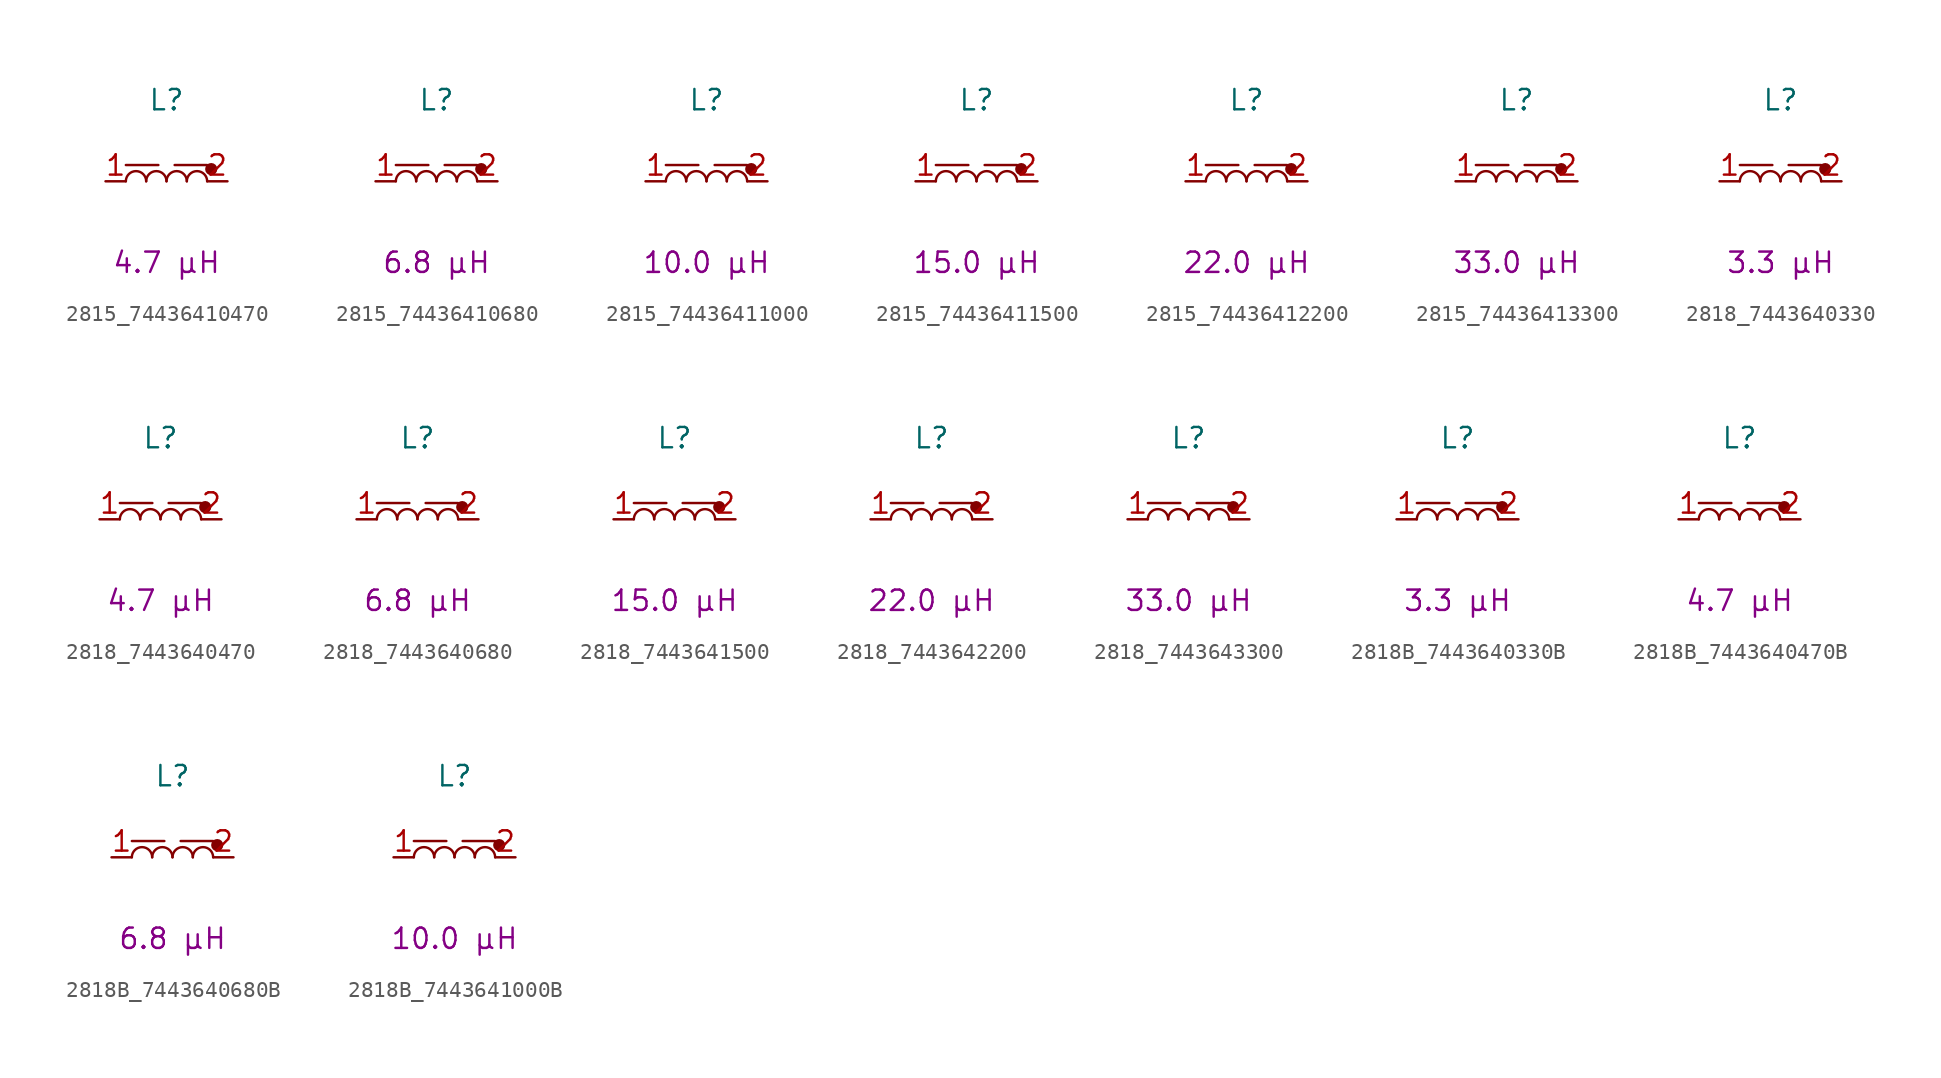
<source format=kicad_sym>
(kicad_symbol_lib
  (version 20220914)
  (generator kicad_symbol_editor)
  (symbol "2815_74436410470"
    (pin_names hide)
    (property "Reference" "L"
      (at 0 5.08 0)
      (effects (font (size 1.27 1.27))))
    (property "Critical Parameter" "4.7 µH"
      (at 0 -5.08 0)
      (effects (font (size 1.27 1.27))))
    (symbol "2815_74436410470_0_1"
      (arc (start -1.27 0) (mid -1.905 0.6323) (end -2.54 0) (stroke (width 0) (type default)) (fill (type none)))
      (arc (start 0 0) (mid -0.635 0.6323) (end -1.27 0) (stroke (width 0) (type default)) (fill (type none)))
      (polyline (pts (xy -2.54 1.016) (xy -0.508 1.016)) (stroke (width 0) (type default)) (fill (type none)))
      (arc (start 1.27 0) (mid 0.635 0.6323) (end 0 0) (stroke (width 0) (type default)) (fill (type none)))
      (arc (start 2.54 0) (mid 1.905 0.6323) (end 1.27 0) (stroke (width 0) (type default)) (fill (type none))))
    (symbol "2815_74436410470_1_1"
      (polyline (pts (xy 2.54 1.016) (xy 0.508 1.016)) (stroke (width 0) (type default)) (fill (type none)))
      (circle (center 2.794 0.762) (radius 0.0001) (stroke (width 0.381) (type default)) (fill (type none)))
      (pin passive line (at -3.81 0 0) (length 1.27) (name "1" (effects (font (size 1.27 1.27)))) (number "1" (effects (font (size 1.27 1.27)))))
      (pin passive line (at 3.81 0 180) (length 1.27) (name "2" (effects (font (size 1.27 1.27)))) (number "2" (effects (font (size 1.27 1.27)))))))
  (symbol "2815_74436410680"
    (pin_names hide)
    (property "Reference" "L"
      (at 0 5.08 0)
      (effects (font (size 1.27 1.27))))
    (property "Critical Parameter" "6.8 µH"
      (at 0 -5.08 0)
      (effects (font (size 1.27 1.27))))
    (symbol "2815_74436410680_0_1"
      (arc (start -1.27 0) (mid -1.905 0.6323) (end -2.54 0) (stroke (width 0) (type default)) (fill (type none)))
      (arc (start 0 0) (mid -0.635 0.6323) (end -1.27 0) (stroke (width 0) (type default)) (fill (type none)))
      (polyline (pts (xy -2.54 1.016) (xy -0.508 1.016)) (stroke (width 0) (type default)) (fill (type none)))
      (arc (start 1.27 0) (mid 0.635 0.6323) (end 0 0) (stroke (width 0) (type default)) (fill (type none)))
      (arc (start 2.54 0) (mid 1.905 0.6323) (end 1.27 0) (stroke (width 0) (type default)) (fill (type none))))
    (symbol "2815_74436410680_1_1"
      (polyline (pts (xy 2.54 1.016) (xy 0.508 1.016)) (stroke (width 0) (type default)) (fill (type none)))
      (circle (center 2.794 0.762) (radius 0.0001) (stroke (width 0.381) (type default)) (fill (type none)))
      (pin passive line (at -3.81 0 0) (length 1.27) (name "1" (effects (font (size 1.27 1.27)))) (number "1" (effects (font (size 1.27 1.27)))))
      (pin passive line (at 3.81 0 180) (length 1.27) (name "2" (effects (font (size 1.27 1.27)))) (number "2" (effects (font (size 1.27 1.27)))))))
  (symbol "2815_74436411000"
    (pin_names hide)
    (property "Reference" "L"
      (at 0 5.08 0)
      (effects (font (size 1.27 1.27))))
    (property "Critical Parameter" "10.0 µH"
      (at 0 -5.08 0)
      (effects (font (size 1.27 1.27))))
    (symbol "2815_74436411000_0_1"
      (arc (start -1.27 0) (mid -1.905 0.6323) (end -2.54 0) (stroke (width 0) (type default)) (fill (type none)))
      (arc (start 0 0) (mid -0.635 0.6323) (end -1.27 0) (stroke (width 0) (type default)) (fill (type none)))
      (polyline (pts (xy -2.54 1.016) (xy -0.508 1.016)) (stroke (width 0) (type default)) (fill (type none)))
      (arc (start 1.27 0) (mid 0.635 0.6323) (end 0 0) (stroke (width 0) (type default)) (fill (type none)))
      (arc (start 2.54 0) (mid 1.905 0.6323) (end 1.27 0) (stroke (width 0) (type default)) (fill (type none))))
    (symbol "2815_74436411000_1_1"
      (polyline (pts (xy 2.54 1.016) (xy 0.508 1.016)) (stroke (width 0) (type default)) (fill (type none)))
      (circle (center 2.794 0.762) (radius 0.0001) (stroke (width 0.381) (type default)) (fill (type none)))
      (pin passive line (at -3.81 0 0) (length 1.27) (name "1" (effects (font (size 1.27 1.27)))) (number "1" (effects (font (size 1.27 1.27)))))
      (pin passive line (at 3.81 0 180) (length 1.27) (name "2" (effects (font (size 1.27 1.27)))) (number "2" (effects (font (size 1.27 1.27)))))))
  (symbol "2815_74436411500"
    (pin_names hide)
    (property "Reference" "L"
      (at 0 5.08 0)
      (effects (font (size 1.27 1.27))))
    (property "Critical Parameter" "15.0 µH"
      (at 0 -5.08 0)
      (effects (font (size 1.27 1.27))))
    (symbol "2815_74436411500_0_1"
      (arc (start -1.27 0) (mid -1.905 0.6323) (end -2.54 0) (stroke (width 0) (type default)) (fill (type none)))
      (arc (start 0 0) (mid -0.635 0.6323) (end -1.27 0) (stroke (width 0) (type default)) (fill (type none)))
      (polyline (pts (xy -2.54 1.016) (xy -0.508 1.016)) (stroke (width 0) (type default)) (fill (type none)))
      (arc (start 1.27 0) (mid 0.635 0.6323) (end 0 0) (stroke (width 0) (type default)) (fill (type none)))
      (arc (start 2.54 0) (mid 1.905 0.6323) (end 1.27 0) (stroke (width 0) (type default)) (fill (type none))))
    (symbol "2815_74436411500_1_1"
      (polyline (pts (xy 2.54 1.016) (xy 0.508 1.016)) (stroke (width 0) (type default)) (fill (type none)))
      (circle (center 2.794 0.762) (radius 0.0001) (stroke (width 0.381) (type default)) (fill (type none)))
      (pin passive line (at -3.81 0 0) (length 1.27) (name "1" (effects (font (size 1.27 1.27)))) (number "1" (effects (font (size 1.27 1.27)))))
      (pin passive line (at 3.81 0 180) (length 1.27) (name "2" (effects (font (size 1.27 1.27)))) (number "2" (effects (font (size 1.27 1.27)))))))
  (symbol "2815_74436412200"
    (pin_names hide)
    (property "Reference" "L"
      (at 0 5.08 0)
      (effects (font (size 1.27 1.27))))
    (property "Critical Parameter" "22.0 µH"
      (at 0 -5.08 0)
      (effects (font (size 1.27 1.27))))
    (symbol "2815_74436412200_0_1"
      (arc (start -1.27 0) (mid -1.905 0.6323) (end -2.54 0) (stroke (width 0) (type default)) (fill (type none)))
      (arc (start 0 0) (mid -0.635 0.6323) (end -1.27 0) (stroke (width 0) (type default)) (fill (type none)))
      (polyline (pts (xy -2.54 1.016) (xy -0.508 1.016)) (stroke (width 0) (type default)) (fill (type none)))
      (arc (start 1.27 0) (mid 0.635 0.6323) (end 0 0) (stroke (width 0) (type default)) (fill (type none)))
      (arc (start 2.54 0) (mid 1.905 0.6323) (end 1.27 0) (stroke (width 0) (type default)) (fill (type none))))
    (symbol "2815_74436412200_1_1"
      (polyline (pts (xy 2.54 1.016) (xy 0.508 1.016)) (stroke (width 0) (type default)) (fill (type none)))
      (circle (center 2.794 0.762) (radius 0.0001) (stroke (width 0.381) (type default)) (fill (type none)))
      (pin passive line (at -3.81 0 0) (length 1.27) (name "1" (effects (font (size 1.27 1.27)))) (number "1" (effects (font (size 1.27 1.27)))))
      (pin passive line (at 3.81 0 180) (length 1.27) (name "2" (effects (font (size 1.27 1.27)))) (number "2" (effects (font (size 1.27 1.27)))))))
  (symbol "2815_74436413300"
    (pin_names hide)
    (property "Reference" "L"
      (at 0 5.08 0)
      (effects (font (size 1.27 1.27))))
    (property "Critical Parameter" "33.0 µH"
      (at 0 -5.08 0)
      (effects (font (size 1.27 1.27))))
    (symbol "2815_74436413300_0_1"
      (arc (start -1.27 0) (mid -1.905 0.6323) (end -2.54 0) (stroke (width 0) (type default)) (fill (type none)))
      (arc (start 0 0) (mid -0.635 0.6323) (end -1.27 0) (stroke (width 0) (type default)) (fill (type none)))
      (polyline (pts (xy -2.54 1.016) (xy -0.508 1.016)) (stroke (width 0) (type default)) (fill (type none)))
      (arc (start 1.27 0) (mid 0.635 0.6323) (end 0 0) (stroke (width 0) (type default)) (fill (type none)))
      (arc (start 2.54 0) (mid 1.905 0.6323) (end 1.27 0) (stroke (width 0) (type default)) (fill (type none))))
    (symbol "2815_74436413300_1_1"
      (polyline (pts (xy 2.54 1.016) (xy 0.508 1.016)) (stroke (width 0) (type default)) (fill (type none)))
      (circle (center 2.794 0.762) (radius 0.0001) (stroke (width 0.381) (type default)) (fill (type none)))
      (pin passive line (at -3.81 0 0) (length 1.27) (name "1" (effects (font (size 1.27 1.27)))) (number "1" (effects (font (size 1.27 1.27)))))
      (pin passive line (at 3.81 0 180) (length 1.27) (name "2" (effects (font (size 1.27 1.27)))) (number "2" (effects (font (size 1.27 1.27)))))))
  (symbol "2818_7443640330"
    (pin_names hide)
    (property "Reference" "L"
      (at 0 5.08 0)
      (effects (font (size 1.27 1.27))))
    (property "Critical Parameter" "3.3 µH"
      (at 0 -5.08 0)
      (effects (font (size 1.27 1.27))))
    (symbol "2818_7443640330_0_1"
      (arc (start -1.27 0) (mid -1.905 0.6323) (end -2.54 0) (stroke (width 0) (type default)) (fill (type none)))
      (arc (start 0 0) (mid -0.635 0.6323) (end -1.27 0) (stroke (width 0) (type default)) (fill (type none)))
      (polyline (pts (xy -2.54 1.016) (xy -0.508 1.016)) (stroke (width 0) (type default)) (fill (type none)))
      (arc (start 1.27 0) (mid 0.635 0.6323) (end 0 0) (stroke (width 0) (type default)) (fill (type none)))
      (arc (start 2.54 0) (mid 1.905 0.6323) (end 1.27 0) (stroke (width 0) (type default)) (fill (type none))))
    (symbol "2818_7443640330_1_1"
      (polyline (pts (xy 2.54 1.016) (xy 0.508 1.016)) (stroke (width 0) (type default)) (fill (type none)))
      (circle (center 2.794 0.762) (radius 0.0001) (stroke (width 0.381) (type default)) (fill (type none)))
      (pin passive line (at -3.81 0 0) (length 1.27) (name "1" (effects (font (size 1.27 1.27)))) (number "1" (effects (font (size 1.27 1.27)))))
      (pin passive line (at 3.81 0 180) (length 1.27) (name "2" (effects (font (size 1.27 1.27)))) (number "2" (effects (font (size 1.27 1.27)))))))
  (symbol "2818_7443640470"
    (pin_names hide)
    (property "Reference" "L"
      (at 0 5.08 0)
      (effects (font (size 1.27 1.27))))
    (property "Critical Parameter" "4.7 µH"
      (at 0 -5.08 0)
      (effects (font (size 1.27 1.27))))
    (symbol "2818_7443640470_0_1"
      (arc (start -1.27 0) (mid -1.905 0.6323) (end -2.54 0) (stroke (width 0) (type default)) (fill (type none)))
      (arc (start 0 0) (mid -0.635 0.6323) (end -1.27 0) (stroke (width 0) (type default)) (fill (type none)))
      (polyline (pts (xy -2.54 1.016) (xy -0.508 1.016)) (stroke (width 0) (type default)) (fill (type none)))
      (arc (start 1.27 0) (mid 0.635 0.6323) (end 0 0) (stroke (width 0) (type default)) (fill (type none)))
      (arc (start 2.54 0) (mid 1.905 0.6323) (end 1.27 0) (stroke (width 0) (type default)) (fill (type none))))
    (symbol "2818_7443640470_1_1"
      (polyline (pts (xy 2.54 1.016) (xy 0.508 1.016)) (stroke (width 0) (type default)) (fill (type none)))
      (circle (center 2.794 0.762) (radius 0.0001) (stroke (width 0.381) (type default)) (fill (type none)))
      (pin passive line (at -3.81 0 0) (length 1.27) (name "1" (effects (font (size 1.27 1.27)))) (number "1" (effects (font (size 1.27 1.27)))))
      (pin passive line (at 3.81 0 180) (length 1.27) (name "2" (effects (font (size 1.27 1.27)))) (number "2" (effects (font (size 1.27 1.27)))))))
  (symbol "2818_7443640680"
    (pin_names hide)
    (property "Reference" "L"
      (at 0 5.08 0)
      (effects (font (size 1.27 1.27))))
    (property "Critical Parameter" "6.8 µH"
      (at 0 -5.08 0)
      (effects (font (size 1.27 1.27))))
    (symbol "2818_7443640680_0_1"
      (arc (start -1.27 0) (mid -1.905 0.6323) (end -2.54 0) (stroke (width 0) (type default)) (fill (type none)))
      (arc (start 0 0) (mid -0.635 0.6323) (end -1.27 0) (stroke (width 0) (type default)) (fill (type none)))
      (polyline (pts (xy -2.54 1.016) (xy -0.508 1.016)) (stroke (width 0) (type default)) (fill (type none)))
      (arc (start 1.27 0) (mid 0.635 0.6323) (end 0 0) (stroke (width 0) (type default)) (fill (type none)))
      (arc (start 2.54 0) (mid 1.905 0.6323) (end 1.27 0) (stroke (width 0) (type default)) (fill (type none))))
    (symbol "2818_7443640680_1_1"
      (polyline (pts (xy 2.54 1.016) (xy 0.508 1.016)) (stroke (width 0) (type default)) (fill (type none)))
      (circle (center 2.794 0.762) (radius 0.0001) (stroke (width 0.381) (type default)) (fill (type none)))
      (pin passive line (at -3.81 0 0) (length 1.27) (name "1" (effects (font (size 1.27 1.27)))) (number "1" (effects (font (size 1.27 1.27)))))
      (pin passive line (at 3.81 0 180) (length 1.27) (name "2" (effects (font (size 1.27 1.27)))) (number "2" (effects (font (size 1.27 1.27)))))))
  (symbol "2818_7443641500"
    (pin_names hide)
    (property "Reference" "L"
      (at 0 5.08 0)
      (effects (font (size 1.27 1.27))))
    (property "Critical Parameter" "15.0 µH"
      (at 0 -5.08 0)
      (effects (font (size 1.27 1.27))))
    (symbol "2818_7443641500_0_1"
      (arc (start -1.27 0) (mid -1.905 0.6323) (end -2.54 0) (stroke (width 0) (type default)) (fill (type none)))
      (arc (start 0 0) (mid -0.635 0.6323) (end -1.27 0) (stroke (width 0) (type default)) (fill (type none)))
      (polyline (pts (xy -2.54 1.016) (xy -0.508 1.016)) (stroke (width 0) (type default)) (fill (type none)))
      (arc (start 1.27 0) (mid 0.635 0.6323) (end 0 0) (stroke (width 0) (type default)) (fill (type none)))
      (arc (start 2.54 0) (mid 1.905 0.6323) (end 1.27 0) (stroke (width 0) (type default)) (fill (type none))))
    (symbol "2818_7443641500_1_1"
      (polyline (pts (xy 2.54 1.016) (xy 0.508 1.016)) (stroke (width 0) (type default)) (fill (type none)))
      (circle (center 2.794 0.762) (radius 0.0001) (stroke (width 0.381) (type default)) (fill (type none)))
      (pin passive line (at -3.81 0 0) (length 1.27) (name "1" (effects (font (size 1.27 1.27)))) (number "1" (effects (font (size 1.27 1.27)))))
      (pin passive line (at 3.81 0 180) (length 1.27) (name "2" (effects (font (size 1.27 1.27)))) (number "2" (effects (font (size 1.27 1.27)))))))
  (symbol "2818_7443642200"
    (pin_names hide)
    (property "Reference" "L"
      (at 0 5.08 0)
      (effects (font (size 1.27 1.27))))
    (property "Critical Parameter" "22.0 µH"
      (at 0 -5.08 0)
      (effects (font (size 1.27 1.27))))
    (symbol "2818_7443642200_0_1"
      (arc (start -1.27 0) (mid -1.905 0.6323) (end -2.54 0) (stroke (width 0) (type default)) (fill (type none)))
      (arc (start 0 0) (mid -0.635 0.6323) (end -1.27 0) (stroke (width 0) (type default)) (fill (type none)))
      (polyline (pts (xy -2.54 1.016) (xy -0.508 1.016)) (stroke (width 0) (type default)) (fill (type none)))
      (arc (start 1.27 0) (mid 0.635 0.6323) (end 0 0) (stroke (width 0) (type default)) (fill (type none)))
      (arc (start 2.54 0) (mid 1.905 0.6323) (end 1.27 0) (stroke (width 0) (type default)) (fill (type none))))
    (symbol "2818_7443642200_1_1"
      (polyline (pts (xy 2.54 1.016) (xy 0.508 1.016)) (stroke (width 0) (type default)) (fill (type none)))
      (circle (center 2.794 0.762) (radius 0.0001) (stroke (width 0.381) (type default)) (fill (type none)))
      (pin passive line (at -3.81 0 0) (length 1.27) (name "1" (effects (font (size 1.27 1.27)))) (number "1" (effects (font (size 1.27 1.27)))))
      (pin passive line (at 3.81 0 180) (length 1.27) (name "2" (effects (font (size 1.27 1.27)))) (number "2" (effects (font (size 1.27 1.27)))))))
  (symbol "2818_7443643300"
    (pin_names hide)
    (property "Reference" "L"
      (at 0 5.08 0)
      (effects (font (size 1.27 1.27))))
    (property "Critical Parameter" "33.0 µH"
      (at 0 -5.08 0)
      (effects (font (size 1.27 1.27))))
    (symbol "2818_7443643300_0_1"
      (arc (start -1.27 0) (mid -1.905 0.6323) (end -2.54 0) (stroke (width 0) (type default)) (fill (type none)))
      (arc (start 0 0) (mid -0.635 0.6323) (end -1.27 0) (stroke (width 0) (type default)) (fill (type none)))
      (polyline (pts (xy -2.54 1.016) (xy -0.508 1.016)) (stroke (width 0) (type default)) (fill (type none)))
      (arc (start 1.27 0) (mid 0.635 0.6323) (end 0 0) (stroke (width 0) (type default)) (fill (type none)))
      (arc (start 2.54 0) (mid 1.905 0.6323) (end 1.27 0) (stroke (width 0) (type default)) (fill (type none))))
    (symbol "2818_7443643300_1_1"
      (polyline (pts (xy 2.54 1.016) (xy 0.508 1.016)) (stroke (width 0) (type default)) (fill (type none)))
      (circle (center 2.794 0.762) (radius 0.0001) (stroke (width 0.381) (type default)) (fill (type none)))
      (pin passive line (at -3.81 0 0) (length 1.27) (name "1" (effects (font (size 1.27 1.27)))) (number "1" (effects (font (size 1.27 1.27)))))
      (pin passive line (at 3.81 0 180) (length 1.27) (name "2" (effects (font (size 1.27 1.27)))) (number "2" (effects (font (size 1.27 1.27)))))))
  (symbol "2818B_7443640330B"
    (pin_names hide)
    (property "Reference" "L"
      (at 0 5.08 0)
      (effects (font (size 1.27 1.27))))
    (property "Critical Parameter" "3.3 µH"
      (at 0 -5.08 0)
      (effects (font (size 1.27 1.27))))
    (symbol "2818B_7443640330B_0_1"
      (arc (start -1.27 0) (mid -1.905 0.6323) (end -2.54 0) (stroke (width 0) (type default)) (fill (type none)))
      (arc (start 0 0) (mid -0.635 0.6323) (end -1.27 0) (stroke (width 0) (type default)) (fill (type none)))
      (polyline (pts (xy -2.54 1.016) (xy -0.508 1.016)) (stroke (width 0) (type default)) (fill (type none)))
      (arc (start 1.27 0) (mid 0.635 0.6323) (end 0 0) (stroke (width 0) (type default)) (fill (type none)))
      (arc (start 2.54 0) (mid 1.905 0.6323) (end 1.27 0) (stroke (width 0) (type default)) (fill (type none))))
    (symbol "2818B_7443640330B_1_1"
      (polyline (pts (xy 2.54 1.016) (xy 0.508 1.016)) (stroke (width 0) (type default)) (fill (type none)))
      (circle (center 2.794 0.762) (radius 0.0001) (stroke (width 0.381) (type default)) (fill (type none)))
      (pin passive line (at -3.81 0 0) (length 1.27) (name "1" (effects (font (size 1.27 1.27)))) (number "1" (effects (font (size 1.27 1.27)))))
      (pin passive line (at 3.81 0 180) (length 1.27) (name "2" (effects (font (size 1.27 1.27)))) (number "2" (effects (font (size 1.27 1.27)))))))
  (symbol "2818B_7443640470B"
    (pin_names hide)
    (property "Reference" "L"
      (at 0 5.08 0)
      (effects (font (size 1.27 1.27))))
    (property "Critical Parameter" "4.7 µH"
      (at 0 -5.08 0)
      (effects (font (size 1.27 1.27))))
    (symbol "2818B_7443640470B_0_1"
      (arc (start -1.27 0) (mid -1.905 0.6323) (end -2.54 0) (stroke (width 0) (type default)) (fill (type none)))
      (arc (start 0 0) (mid -0.635 0.6323) (end -1.27 0) (stroke (width 0) (type default)) (fill (type none)))
      (polyline (pts (xy -2.54 1.016) (xy -0.508 1.016)) (stroke (width 0) (type default)) (fill (type none)))
      (arc (start 1.27 0) (mid 0.635 0.6323) (end 0 0) (stroke (width 0) (type default)) (fill (type none)))
      (arc (start 2.54 0) (mid 1.905 0.6323) (end 1.27 0) (stroke (width 0) (type default)) (fill (type none))))
    (symbol "2818B_7443640470B_1_1"
      (polyline (pts (xy 2.54 1.016) (xy 0.508 1.016)) (stroke (width 0) (type default)) (fill (type none)))
      (circle (center 2.794 0.762) (radius 0.0001) (stroke (width 0.381) (type default)) (fill (type none)))
      (pin passive line (at -3.81 0 0) (length 1.27) (name "1" (effects (font (size 1.27 1.27)))) (number "1" (effects (font (size 1.27 1.27)))))
      (pin passive line (at 3.81 0 180) (length 1.27) (name "2" (effects (font (size 1.27 1.27)))) (number "2" (effects (font (size 1.27 1.27)))))))
  (symbol "2818B_7443640680B"
    (pin_names hide)
    (property "Reference" "L"
      (at 0 5.08 0)
      (effects (font (size 1.27 1.27))))
    (property "Critical Parameter" "6.8 µH"
      (at 0 -5.08 0)
      (effects (font (size 1.27 1.27))))
    (symbol "2818B_7443640680B_0_1"
      (arc (start -1.27 0) (mid -1.905 0.6323) (end -2.54 0) (stroke (width 0) (type default)) (fill (type none)))
      (arc (start 0 0) (mid -0.635 0.6323) (end -1.27 0) (stroke (width 0) (type default)) (fill (type none)))
      (polyline (pts (xy -2.54 1.016) (xy -0.508 1.016)) (stroke (width 0) (type default)) (fill (type none)))
      (arc (start 1.27 0) (mid 0.635 0.6323) (end 0 0) (stroke (width 0) (type default)) (fill (type none)))
      (arc (start 2.54 0) (mid 1.905 0.6323) (end 1.27 0) (stroke (width 0) (type default)) (fill (type none))))
    (symbol "2818B_7443640680B_1_1"
      (polyline (pts (xy 2.54 1.016) (xy 0.508 1.016)) (stroke (width 0) (type default)) (fill (type none)))
      (circle (center 2.794 0.762) (radius 0.0001) (stroke (width 0.381) (type default)) (fill (type none)))
      (pin passive line (at -3.81 0 0) (length 1.27) (name "1" (effects (font (size 1.27 1.27)))) (number "1" (effects (font (size 1.27 1.27)))))
      (pin passive line (at 3.81 0 180) (length 1.27) (name "2" (effects (font (size 1.27 1.27)))) (number "2" (effects (font (size 1.27 1.27)))))))
  (symbol "2818B_7443641000B"
    (pin_names hide)
    (property "Reference" "L"
      (at 0 5.08 0)
      (effects (font (size 1.27 1.27))))
    (property "Critical Parameter" "10.0 µH"
      (at 0 -5.08 0)
      (effects (font (size 1.27 1.27))))
    (symbol "2818B_7443641000B_0_1"
      (arc (start -1.27 0) (mid -1.905 0.6323) (end -2.54 0) (stroke (width 0) (type default)) (fill (type none)))
      (arc (start 0 0) (mid -0.635 0.6323) (end -1.27 0) (stroke (width 0) (type default)) (fill (type none)))
      (polyline (pts (xy -2.54 1.016) (xy -0.508 1.016)) (stroke (width 0) (type default)) (fill (type none)))
      (arc (start 1.27 0) (mid 0.635 0.6323) (end 0 0) (stroke (width 0) (type default)) (fill (type none)))
      (arc (start 2.54 0) (mid 1.905 0.6323) (end 1.27 0) (stroke (width 0) (type default)) (fill (type none))))
    (symbol "2818B_7443641000B_1_1"
      (polyline (pts (xy 2.54 1.016) (xy 0.508 1.016)) (stroke (width 0) (type default)) (fill (type none)))
      (circle (center 2.794 0.762) (radius 0.0001) (stroke (width 0.381) (type default)) (fill (type none)))
      (pin passive line (at -3.81 0 0) (length 1.27) (name "1" (effects (font (size 1.27 1.27)))) (number "1" (effects (font (size 1.27 1.27)))))
      (pin passive line (at 3.81 0 180) (length 1.27) (name "2" (effects (font (size 1.27 1.27)))) (number "2" (effects (font (size 1.27 1.27))))))))
</source>
